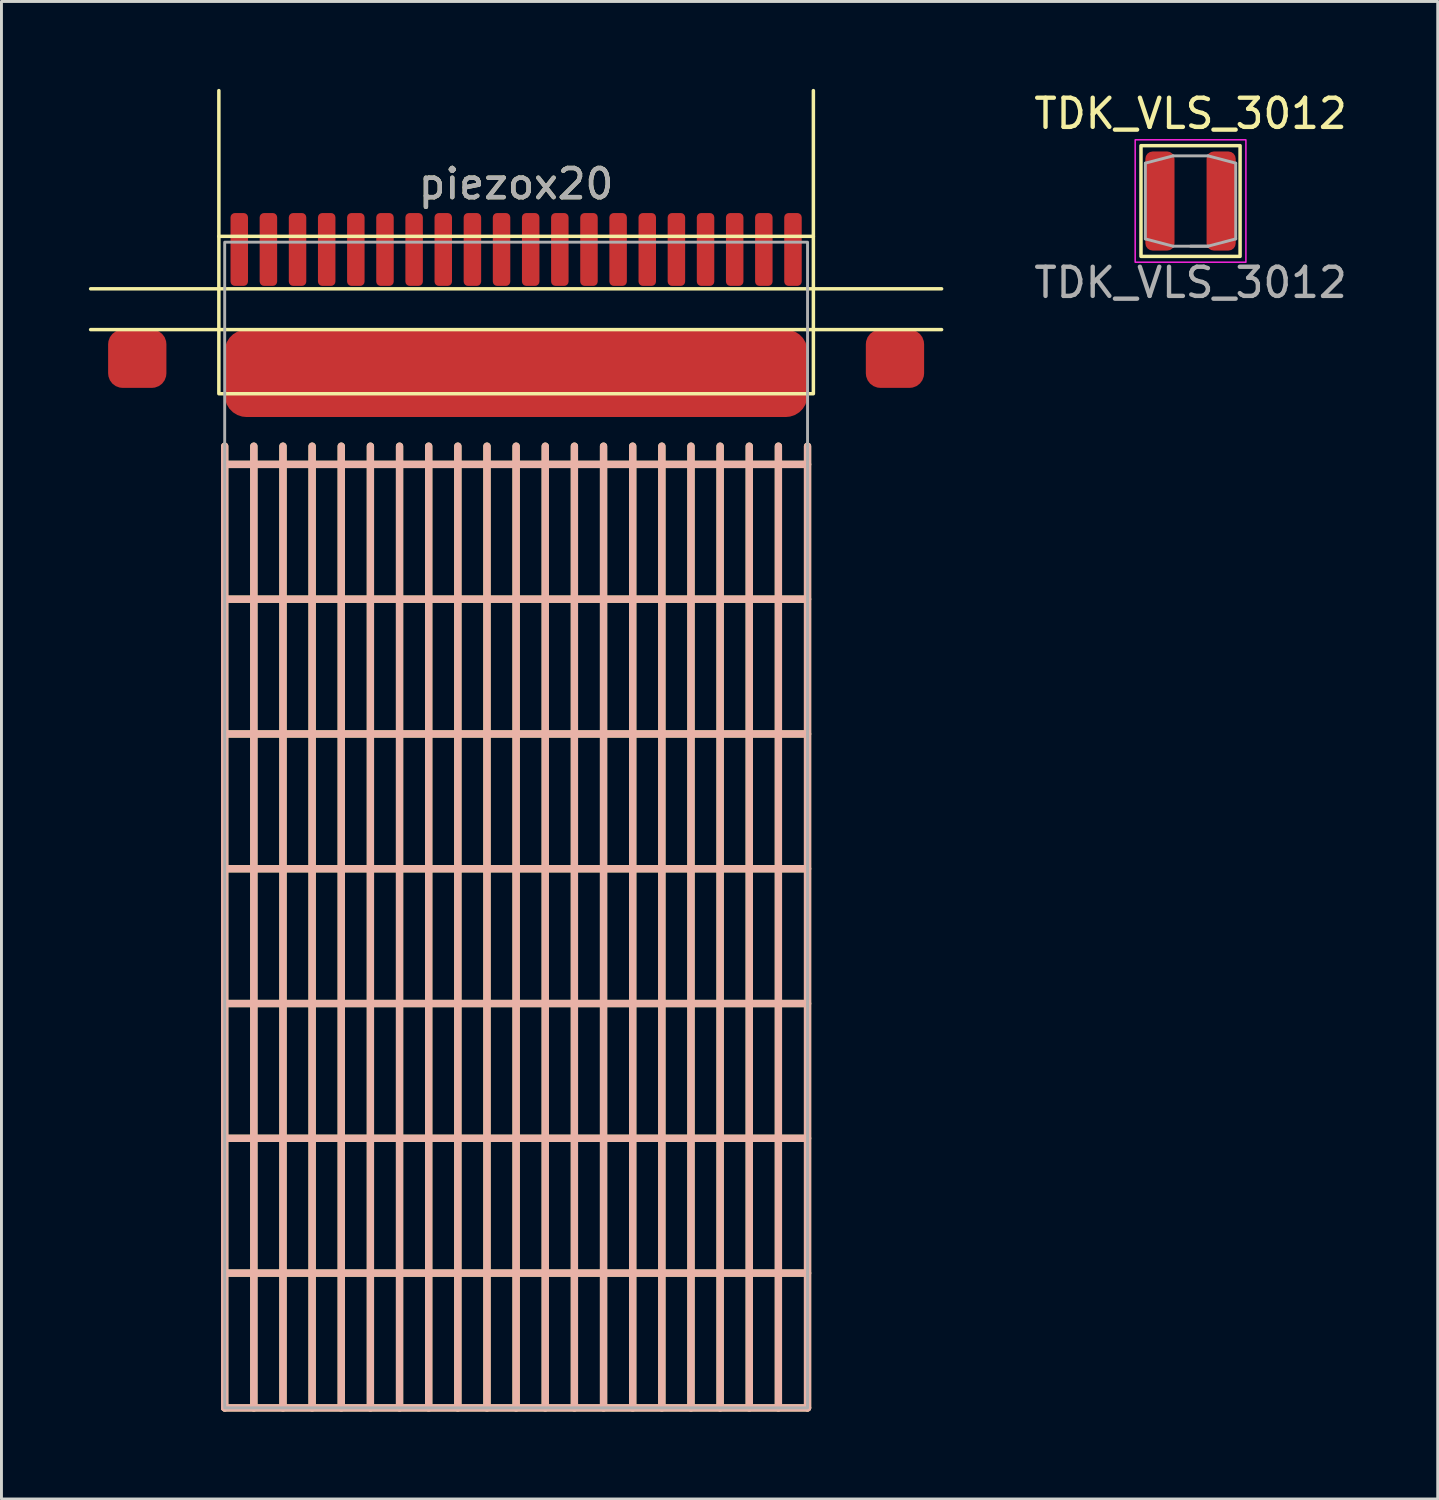
<source format=kicad_pcb>
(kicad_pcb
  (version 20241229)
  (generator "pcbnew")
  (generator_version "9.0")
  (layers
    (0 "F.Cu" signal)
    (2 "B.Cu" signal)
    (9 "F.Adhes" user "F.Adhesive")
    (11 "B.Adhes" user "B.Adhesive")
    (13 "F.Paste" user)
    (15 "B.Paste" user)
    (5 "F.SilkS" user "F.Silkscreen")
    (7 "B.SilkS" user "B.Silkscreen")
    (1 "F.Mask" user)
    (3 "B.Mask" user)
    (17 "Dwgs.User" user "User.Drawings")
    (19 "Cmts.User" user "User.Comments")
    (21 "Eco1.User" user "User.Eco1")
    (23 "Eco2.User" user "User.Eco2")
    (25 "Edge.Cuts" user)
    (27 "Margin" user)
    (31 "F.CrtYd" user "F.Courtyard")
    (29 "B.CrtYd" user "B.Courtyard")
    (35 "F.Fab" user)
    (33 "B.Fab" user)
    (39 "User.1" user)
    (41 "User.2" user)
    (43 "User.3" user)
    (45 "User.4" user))
  (footprint "TDK_VLS_3012"
    (layer "F.Cu")
    (at 37.802 3.848)
    (property "Reference" "TDK_VLS_3012" (at 0 -3 0) (unlocked yes) (layer "F.SilkS") (effects (font (size 1 1) (thickness 0.15))))
    (attr smd)
    (fp_rect (start -1.7 -1.9) (end 1.7 1.9) (stroke (width 0.12) (type solid)) (fill no) (layer "F.SilkS"))
    (fp_rect (start -1.9 -2.1) (end 1.9 2.1) (stroke (width 0.05) (type solid)) (fill no) (layer "F.CrtYd"))
    (fp_line (start -1.55 -1.3) (end -0.6 -1.55) (stroke (width 0.1) (type solid)) (layer "F.Fab"))
    (fp_line (start -1.55 1.3) (end -1.55 -1.3) (stroke (width 0.1) (type solid)) (layer "F.Fab"))
    (fp_line (start -0.6 -1.55) (end 0.6 -1.55) (stroke (width 0.1) (type solid)) (layer "F.Fab"))
    (fp_line (start -0.6 1.55) (end -1.55 1.3) (stroke (width 0.1) (type solid)) (layer "F.Fab"))
    (fp_line (start 0 1.55) (end 0.6 1.55) (stroke (width 0.1) (type solid)) (layer "F.Fab"))
    (fp_line (start 0.6 -1.55) (end 1.55 -1.3) (stroke (width 0.1) (type solid)) (layer "F.Fab"))
    (fp_line (start 0.6 1.55) (end -0.6 1.55) (stroke (width 0.1) (type solid)) (layer "F.Fab"))
    (fp_line (start 1.55 -1.3) (end 1.55 1.3) (stroke (width 0.1) (type solid)) (layer "F.Fab"))
    (fp_line (start 1.55 1.3) (end 0.6 1.55) (stroke (width 0.1) (type solid)) (layer "F.Fab"))
    (fp_text user "${REFERENCE}" (at 0 2.8 0) (unlocked yes) (layer "F.Fab") (effects (font (size 1 1) (thickness 0.15))))
    (pad "1" smd roundrect (at -1.05 0) (size 1 3.4) (layers "F.Cu" "F.Mask" "F.Paste") (roundrect_rratio 0.25))
    (pad "2" smd roundrect (at 1.05 0) (size 1 3.4) (layers "F.Cu" "F.Mask" "F.Paste") (roundrect_rratio 0.25)))
  (footprint "piezox20"
    (layer "F.Cu")
    (at 14.66 6.26)
    (property "Reference" "piezox20" (at 0 -3 0) (unlocked yes) (layer "F.SilkS") (effects (font (size 1 1) (thickness 0.15))))
    (attr smd)
    (fp_line (start -14.6 2) (end 14.6 2) (stroke (width 0.12) (type solid)) (layer "F.SilkS"))
    (fp_line (start -10.2 -1.2) (end -10.2 -6.2) (stroke (width 0.12) (type solid)) (layer "F.SilkS"))
    (fp_line (start -10 6) (end -10 39) (stroke (width 0.25) (type solid)) (layer "F.SilkS"))
    (fp_line (start -10 6.625) (end 10 6.625) (stroke (width 0.25) (type solid)) (layer "F.SilkS"))
    (fp_line (start -10 11.25) (end 10 11.25) (stroke (width 0.25) (type solid)) (layer "F.SilkS"))
    (fp_line (start -10 15.875) (end 10 15.875) (stroke (width 0.25) (type solid)) (layer "F.SilkS"))
    (fp_line (start -10 20.5) (end 10 20.5) (stroke (width 0.25) (type solid)) (layer "F.SilkS"))
    (fp_line (start -10 25.125) (end 10 25.125) (stroke (width 0.25) (type solid)) (layer "F.SilkS"))
    (fp_line (start -10 29.75) (end 10 29.75) (stroke (width 0.25) (type solid)) (layer "F.SilkS"))
    (fp_line (start -10 34.375) (end 10 34.375) (stroke (width 0.25) (type solid)) (layer "F.SilkS"))
    (fp_line (start -10 39) (end 10 39) (stroke (width 0.25) (type solid)) (layer "F.SilkS"))
    (fp_line (start -9 6) (end -9 39) (stroke (width 0.25) (type solid)) (layer "F.SilkS"))
    (fp_line (start -8 6) (end -8 39) (stroke (width 0.25) (type solid)) (layer "F.SilkS"))
    (fp_line (start -7 6) (end -7 39) (stroke (width 0.25) (type solid)) (layer "F.SilkS"))
    (fp_line (start -6 6) (end -6 39) (stroke (width 0.25) (type solid)) (layer "F.SilkS"))
    (fp_line (start -5 6) (end -5 39) (stroke (width 0.25) (type solid)) (layer "F.SilkS"))
    (fp_line (start -4 6) (end -4 39) (stroke (width 0.25) (type solid)) (layer "F.SilkS"))
    (fp_line (start -3 6) (end -3 39) (stroke (width 0.25) (type solid)) (layer "F.SilkS"))
    (fp_line (start -2 6) (end -2 39) (stroke (width 0.25) (type solid)) (layer "F.SilkS"))
    (fp_line (start -1 6) (end -1 39) (stroke (width 0.25) (type solid)) (layer "F.SilkS"))
    (fp_line (start 0 6) (end 0 39) (stroke (width 0.25) (type solid)) (layer "F.SilkS"))
    (fp_line (start 1 6) (end 1 39) (stroke (width 0.25) (type solid)) (layer "F.SilkS"))
    (fp_line (start 2 6) (end 2 39) (stroke (width 0.25) (type solid)) (layer "F.SilkS"))
    (fp_line (start 3 6) (end 3 39) (stroke (width 0.25) (type solid)) (layer "F.SilkS"))
    (fp_line (start 4 6) (end 4 39) (stroke (width 0.25) (type solid)) (layer "F.SilkS"))
    (fp_line (start 5 6) (end 5 39) (stroke (width 0.25) (type solid)) (layer "F.SilkS"))
    (fp_line (start 6 6) (end 6 39) (stroke (width 0.25) (type solid)) (layer "F.SilkS"))
    (fp_line (start 7 6) (end 7 39) (stroke (width 0.25) (type solid)) (layer "F.SilkS"))
    (fp_line (start 8 6) (end 8 39) (stroke (width 0.25) (type solid)) (layer "F.SilkS"))
    (fp_line (start 9 6) (end 9 39) (stroke (width 0.25) (type solid)) (layer "F.SilkS"))
    (fp_line (start 10 6) (end 10 39) (stroke (width 0.25) (type solid)) (layer "F.SilkS"))
    (fp_line (start 10.2 -1.2) (end 10.2 -6.2) (stroke (width 0.12) (type solid)) (layer "F.SilkS"))
    (fp_line (start 14.6 0.6) (end -14.6 0.6) (stroke (width 0.12) (type solid)) (layer "F.SilkS"))
    (fp_rect (start -10.2 -1.2) (end 10.2 4.2) (stroke (width 0.12) (type solid)) (fill no) (layer "F.SilkS"))
    (fp_line (start -10 6) (end -10 39) (stroke (width 0.25) (type solid)) (layer "B.SilkS"))
    (fp_line (start -10 6.625) (end 10 6.625) (stroke (width 0.25) (type solid)) (layer "B.SilkS"))
    (fp_line (start -10 11.25) (end 10 11.25) (stroke (width 0.25) (type solid)) (layer "B.SilkS"))
    (fp_line (start -10 15.875) (end 10 15.875) (stroke (width 0.25) (type solid)) (layer "B.SilkS"))
    (fp_line (start -10 20.5) (end 10 20.5) (stroke (width 0.25) (type solid)) (layer "B.SilkS"))
    (fp_line (start -10 25.125) (end 10 25.125) (stroke (width 0.25) (type solid)) (layer "B.SilkS"))
    (fp_line (start -10 29.75) (end 10 29.75) (stroke (width 0.25) (type solid)) (layer "B.SilkS"))
    (fp_line (start -10 34.375) (end 10 34.375) (stroke (width 0.25) (type solid)) (layer "B.SilkS"))
    (fp_line (start -10 39) (end 10 39) (stroke (width 0.25) (type solid)) (layer "B.SilkS"))
    (fp_line (start -9 6) (end -9 39) (stroke (width 0.25) (type solid)) (layer "B.SilkS"))
    (fp_line (start -8 6) (end -8 39) (stroke (width 0.25) (type solid)) (layer "B.SilkS"))
    (fp_line (start -7 6) (end -7 39) (stroke (width 0.25) (type solid)) (layer "B.SilkS"))
    (fp_line (start -6 6) (end -6 39) (stroke (width 0.25) (type solid)) (layer "B.SilkS"))
    (fp_line (start -5 6) (end -5 39) (stroke (width 0.25) (type solid)) (layer "B.SilkS"))
    (fp_line (start -4 6) (end -4 39) (stroke (width 0.25) (type solid)) (layer "B.SilkS"))
    (fp_line (start -3 6) (end -3 39) (stroke (width 0.25) (type solid)) (layer "B.SilkS"))
    (fp_line (start -2 6) (end -2 39) (stroke (width 0.25) (type solid)) (layer "B.SilkS"))
    (fp_line (start -1 6) (end -1 39) (stroke (width 0.25) (type solid)) (layer "B.SilkS"))
    (fp_line (start 0 6) (end 0 39) (stroke (width 0.25) (type solid)) (layer "B.SilkS"))
    (fp_line (start 1 6) (end 1 39) (stroke (width 0.25) (type solid)) (layer "B.SilkS"))
    (fp_line (start 2 6) (end 2 39) (stroke (width 0.25) (type solid)) (layer "B.SilkS"))
    (fp_line (start 3 6) (end 3 39) (stroke (width 0.25) (type solid)) (layer "B.SilkS"))
    (fp_line (start 4 6) (end 4 39) (stroke (width 0.25) (type solid)) (layer "B.SilkS"))
    (fp_line (start 5 6) (end 5 39) (stroke (width 0.25) (type solid)) (layer "B.SilkS"))
    (fp_line (start 6 6) (end 6 39) (stroke (width 0.25) (type solid)) (layer "B.SilkS"))
    (fp_line (start 7 6) (end 7 39) (stroke (width 0.25) (type solid)) (layer "B.SilkS"))
    (fp_line (start 8 6) (end 8 39) (stroke (width 0.25) (type solid)) (layer "B.SilkS"))
    (fp_line (start 9 6) (end 9 39) (stroke (width 0.25) (type solid)) (layer "B.SilkS"))
    (fp_line (start 10 6) (end 10 39) (stroke (width 0.25) (type solid)) (layer "B.SilkS"))
    (fp_rect (start -10 -1) (end 10 39) (stroke (width 0.1) (type solid)) (fill no) (layer "F.Fab"))
    (fp_text user "${REFERENCE}" (at 0 -3 0) (unlocked yes) (layer "F.Fab") (effects (font (size 1 1) (thickness 0.15))))
    (pad "1" smd roundrect (at -9.5 0) (size 0.6 2.5) (drill (offset 0 -0.75)) (layers "F.Cu" "F.Mask" "F.Paste") (roundrect_rratio 0.25))
    (pad "2" smd roundrect (at -8.5 0) (size 0.6 2.5) (drill (offset 0 -0.75)) (layers "F.Cu" "F.Mask" "F.Paste") (roundrect_rratio 0.25))
    (pad "3" smd roundrect (at -7.5 0) (size 0.6 2.5) (drill (offset 0 -0.75)) (layers "F.Cu" "F.Mask" "F.Paste") (roundrect_rratio 0.25))
    (pad "4" smd roundrect (at -6.5 0) (size 0.6 2.5) (drill (offset 0 -0.75)) (layers "F.Cu" "F.Mask" "F.Paste") (roundrect_rratio 0.25))
    (pad "5" smd roundrect (at -5.5 0) (size 0.6 2.5) (drill (offset 0 -0.75)) (layers "F.Cu" "F.Mask" "F.Paste") (roundrect_rratio 0.25))
    (pad "6" smd roundrect (at -4.5 0) (size 0.6 2.5) (drill (offset 0 -0.75)) (layers "F.Cu" "F.Mask" "F.Paste") (roundrect_rratio 0.25))
    (pad "7" smd roundrect (at -3.5 0) (size 0.6 2.5) (drill (offset 0 -0.75)) (layers "F.Cu" "F.Mask" "F.Paste") (roundrect_rratio 0.25))
    (pad "8" smd roundrect (at -2.5 0) (size 0.6 2.5) (drill (offset 0 -0.75)) (layers "F.Cu" "F.Mask" "F.Paste") (roundrect_rratio 0.25))
    (pad "9" smd roundrect (at -1.5 0) (size 0.6 2.5) (drill (offset 0 -0.75)) (layers "F.Cu" "F.Mask" "F.Paste") (roundrect_rratio 0.25))
    (pad "10" smd roundrect (at -0.5 0) (size 0.6 2.5) (drill (offset 0 -0.75)) (layers "F.Cu" "F.Mask" "F.Paste") (roundrect_rratio 0.25))
    (pad "11" smd roundrect (at 0.5 0) (size 0.6 2.5) (drill (offset 0 -0.75)) (layers "F.Cu" "F.Mask" "F.Paste") (roundrect_rratio 0.25))
    (pad "12" smd roundrect (at 1.5 0) (size 0.6 2.5) (drill (offset 0 -0.75)) (layers "F.Cu" "F.Mask" "F.Paste") (roundrect_rratio 0.25))
    (pad "13" smd roundrect (at 2.5 0) (size 0.6 2.5) (drill (offset 0 -0.75)) (layers "F.Cu" "F.Mask" "F.Paste") (roundrect_rratio 0.25))
    (pad "14" smd roundrect (at 3.5 0) (size 0.6 2.5) (drill (offset 0 -0.75)) (layers "F.Cu" "F.Mask" "F.Paste") (roundrect_rratio 0.25))
    (pad "15" smd roundrect (at 4.5 0) (size 0.6 2.5) (drill (offset 0 -0.75)) (layers "F.Cu" "F.Mask" "F.Paste") (roundrect_rratio 0.25))
    (pad "16" smd roundrect (at 5.5 0) (size 0.6 2.5) (drill (offset 0 -0.75)) (layers "F.Cu" "F.Mask" "F.Paste") (roundrect_rratio 0.25))
    (pad "17" smd roundrect (at 6.5 0) (size 0.6 2.5) (drill (offset 0 -0.75)) (layers "F.Cu" "F.Mask" "F.Paste") (roundrect_rratio 0.25))
    (pad "18" smd roundrect (at 7.5 0) (size 0.6 2.5) (drill (offset 0 -0.75)) (layers "F.Cu" "F.Mask" "F.Paste") (roundrect_rratio 0.25))
    (pad "19" smd roundrect (at 8.5 0) (size 0.6 2.5) (drill (offset 0 -0.75)) (layers "F.Cu" "F.Mask" "F.Paste") (roundrect_rratio 0.25))
    (pad "20" smd roundrect (at 9.5 0) (size 0.6 2.5) (drill (offset 0 -0.75)) (layers "F.Cu" "F.Mask" "F.Paste") (roundrect_rratio 0.25))
    (pad "21" smd roundrect (at -13 3) (size 2 2) (layers "F.Cu" "F.Mask" "F.Paste") (roundrect_rratio 0.25))
    (pad "21" smd roundrect (at 0 3) (size 20 3) (drill (offset 0 0.5)) (layers "F.Cu" "F.Mask" "F.Paste") (roundrect_rratio 0.25))
    (pad "21" smd roundrect (at 13 3) (size 2 2) (layers "F.Cu" "F.Mask" "F.Paste") (roundrect_rratio 0.25)))
  (gr_rect
    (start -3 -3)
    (end 46.284 48.385)
    (stroke (width 0.1) (type default))
    (fill no)
    (layer "Edge.Cuts")))
</source>
